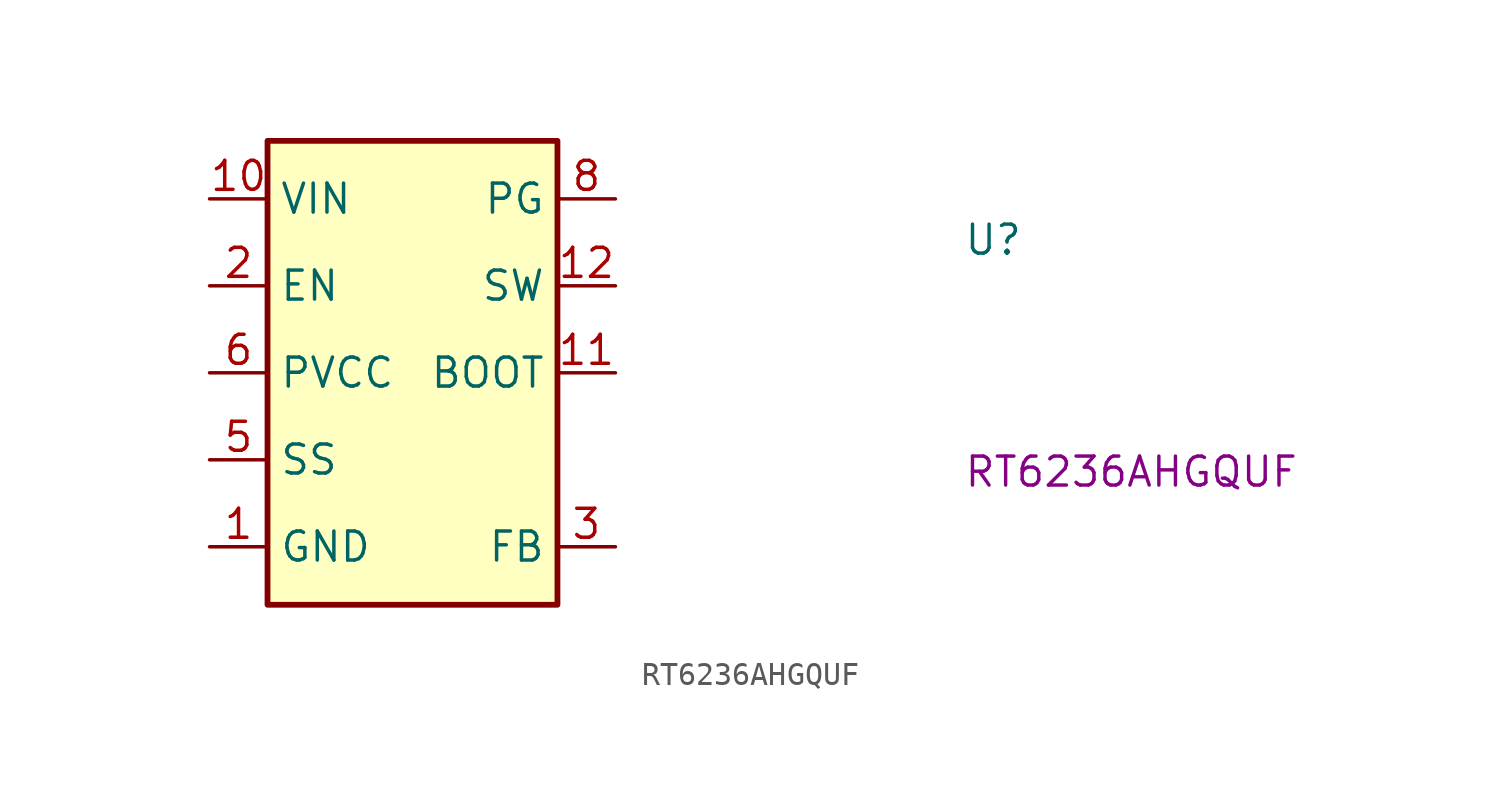
<source format=kicad_sym>
(kicad_symbol_lib
  (version 20220914)
  (generator kicad_symbol_editor)
  (symbol "RT6236AHGQUF"
    (property "Reference" "U"
      (at 33.02 -2.54 0)
      (effects (font (size 1.27 1.27) (thickness 0.15)) (justify left bottom)))
    (property "MPN" "RT6236AHGQUF"
      (at 33.02 -12.7 0)
      (effects (font (size 1.27 1.27) (thickness 0.15)) (justify left bottom)))
    (symbol "RT6236AHGQUF_1_1"
      (rectangle (start 2.54 2.54) (end 15.24 -17.78) (stroke (width 0.254) (type default)) (fill (type background)))
      (pin power_in line (at 0 -15.24 0) (length 2.54) (name "GND" (effects (font (size 1.27 1.27)))) (number "1" (effects (font (size 1.27 1.27)))))
      (pin power_in line (at 0 0 0) (length 2.54) (name "VIN" (effects (font (size 1.27 1.27)))) (number "10" (effects (font (size 1.27 1.27)))))
      (pin output line (at 17.78 -7.62 180) (length 2.54) (name "BOOT" (effects (font (size 1.27 1.27)))) (number "11" (effects (font (size 1.27 1.27)))))
      (pin power_out line (at 17.78 -3.81 180) (length 2.54) (name "SW" (effects (font (size 1.27 1.27)))) (number "12" (effects (font (size 1.27 1.27)))))
      (pin passive line (at 0 -15.24 0) (length 2.54) hide (name "GND" (effects (font (size 1.27 1.27)))) (number "13" (effects (font (size 1.27 1.27)))))
      (pin input line (at 0 -3.81 0) (length 2.54) (name "EN" (effects (font (size 1.27 1.27)))) (number "2" (effects (font (size 1.27 1.27)))))
      (pin input line (at 17.78 -15.24 180) (length 2.54) (name "FB" (effects (font (size 1.27 1.27)))) (number "3" (effects (font (size 1.27 1.27)))))
      (pin no_connect line (at 15.24 -12.7 180) (length 2.54) hide (name "NC" (effects (font (size 1.27 1.27)))) (number "4" (effects (font (size 1.27 1.27)))))
      (pin input line (at 0 -11.43 0) (length 2.54) (name "SS" (effects (font (size 1.27 1.27)))) (number "5" (effects (font (size 1.27 1.27)))))
      (pin output line (at 0 -7.62 0) (length 2.54) (name "PVCC" (effects (font (size 1.27 1.27)))) (number "6" (effects (font (size 1.27 1.27)))))
      (pin no_connect line (at 15.24 -10.16 180) (length 2.54) hide (name "NC" (effects (font (size 1.27 1.27)))) (number "7" (effects (font (size 1.27 1.27)))))
      (pin output line (at 17.78 0 180) (length 2.54) (name "PG" (effects (font (size 1.27 1.27)))) (number "8" (effects (font (size 1.27 1.27)))))
      (pin passive line (at 0 0 0) (length 2.54) hide (name "VIN" (effects (font (size 1.27 1.27)))) (number "9" (effects (font (size 1.27 1.27))))))))
</source>
